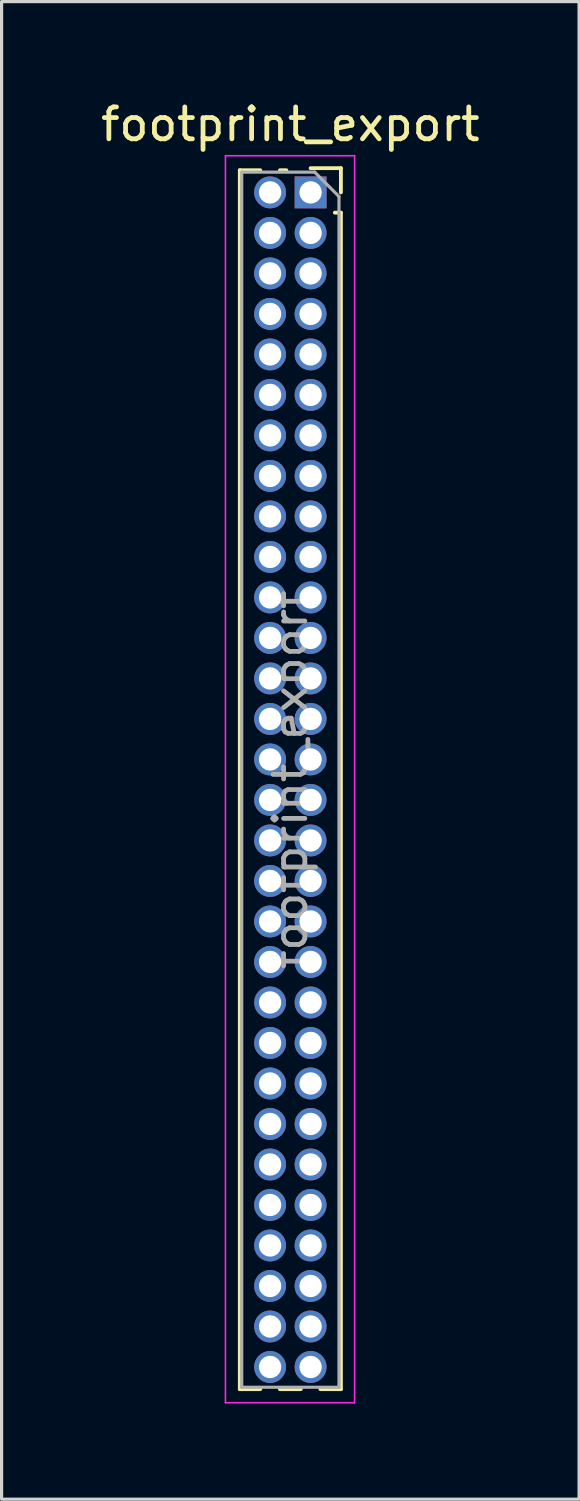
<source format=kicad_pcb>
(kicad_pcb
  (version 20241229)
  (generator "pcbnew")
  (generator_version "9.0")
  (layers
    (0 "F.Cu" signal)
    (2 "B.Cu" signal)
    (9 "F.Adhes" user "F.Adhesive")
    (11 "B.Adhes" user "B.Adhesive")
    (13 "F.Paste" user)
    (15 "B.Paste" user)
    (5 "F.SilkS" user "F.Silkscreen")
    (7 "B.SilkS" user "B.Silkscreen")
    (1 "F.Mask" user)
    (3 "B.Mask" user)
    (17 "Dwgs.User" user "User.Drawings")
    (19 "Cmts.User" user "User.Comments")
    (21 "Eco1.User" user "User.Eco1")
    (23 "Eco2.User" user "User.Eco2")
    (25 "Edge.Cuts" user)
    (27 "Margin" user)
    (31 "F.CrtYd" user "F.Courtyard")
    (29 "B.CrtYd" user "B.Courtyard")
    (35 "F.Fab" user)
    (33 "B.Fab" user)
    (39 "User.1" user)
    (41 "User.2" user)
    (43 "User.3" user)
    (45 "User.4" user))
  (footprint "footprint_export"
    (layer "F.Cu")
    (at 6.689 2.983)
    (property "Reference" "footprint_export" (at -0.635 -2.135 0) (layer "F.SilkS") (effects (font (size 1 1) (thickness 0.15))))
    (attr through_hole)
    (fp_line (start -2.22 -0.695) (end -2.22 37.525) (stroke (width 0.12) (type solid)) (layer "F.SilkS"))
    (fp_line (start -2.22 -0.695) (end -1.578 -0.695) (stroke (width 0.12) (type solid)) (layer "F.SilkS"))
    (fp_line (start -2.22 37.525) (end -1.578 37.525) (stroke (width 0.12) (type solid)) (layer "F.SilkS"))
    (fp_line (start -0.962 -0.695) (end -0.76 -0.695) (stroke (width 0.12) (type solid)) (layer "F.SilkS"))
    (fp_line (start -0.962 37.525) (end -0.308 37.525) (stroke (width 0.12) (type solid)) (layer "F.SilkS"))
    (fp_line (start 0 -0.76) (end 0.95 -0.76) (stroke (width 0.12) (type solid)) (layer "F.SilkS"))
    (fp_line (start 0.308 37.525) (end 0.95 37.525) (stroke (width 0.12) (type solid)) (layer "F.SilkS"))
    (fp_line (start 0.76 0.635) (end 0.95 0.635) (stroke (width 0.12) (type solid)) (layer "F.SilkS"))
    (fp_line (start 0.95 -0.76) (end 0.95 0) (stroke (width 0.12) (type solid)) (layer "F.SilkS"))
    (fp_line (start 0.95 0.635) (end 0.95 37.525) (stroke (width 0.12) (type solid)) (layer "F.SilkS"))
    (fp_line (start -2.67 -1.15) (end 1.38 -1.15) (stroke (width 0.05) (type solid)) (layer "F.CrtYd"))
    (fp_line (start -2.67 37.95) (end -2.67 -1.15) (stroke (width 0.05) (type solid)) (layer "F.CrtYd"))
    (fp_line (start 1.38 -1.15) (end 1.38 37.95) (stroke (width 0.05) (type solid)) (layer "F.CrtYd"))
    (fp_line (start 1.38 37.95) (end -2.67 37.95) (stroke (width 0.05) (type solid)) (layer "F.CrtYd"))
    (fp_line (start -2.16 -0.635) (end 0.128 -0.635) (stroke (width 0.1) (type solid)) (layer "F.Fab"))
    (fp_line (start -2.16 37.465) (end -2.16 -0.635) (stroke (width 0.1) (type solid)) (layer "F.Fab"))
    (fp_line (start 0.128 -0.635) (end 0.89 0.128) (stroke (width 0.1) (type solid)) (layer "F.Fab"))
    (fp_line (start 0.89 0.128) (end 0.89 37.465) (stroke (width 0.1) (type solid)) (layer "F.Fab"))
    (fp_line (start 0.89 37.465) (end -2.16 37.465) (stroke (width 0.1) (type solid)) (layer "F.Fab"))
    (fp_text user "${REFERENCE}" (at -0.635 18.415 90) (layer "F.Fab") (effects (font (size 1 1) (thickness 0.15))))
    (pad "1" thru_hole rect (at 0 0) (size 1 1) (drill 0.7) (layers "*.Cu" "*.Mask"))
    (pad "2" thru_hole oval (at -1.27 0) (size 1 1) (drill 0.7) (layers "*.Cu" "*.Mask"))
    (pad "3" thru_hole oval (at 0 1.27) (size 1 1) (drill 0.7) (layers "*.Cu" "*.Mask"))
    (pad "4" thru_hole oval (at -1.27 1.27) (size 1 1) (drill 0.7) (layers "*.Cu" "*.Mask"))
    (pad "5" thru_hole oval (at 0 2.54) (size 1 1) (drill 0.7) (layers "*.Cu" "*.Mask"))
    (pad "6" thru_hole oval (at -1.27 2.54) (size 1 1) (drill 0.7) (layers "*.Cu" "*.Mask"))
    (pad "7" thru_hole oval (at 0 3.81) (size 1 1) (drill 0.7) (layers "*.Cu" "*.Mask"))
    (pad "8" thru_hole oval (at -1.27 3.81) (size 1 1) (drill 0.7) (layers "*.Cu" "*.Mask"))
    (pad "9" thru_hole oval (at 0 5.08) (size 1 1) (drill 0.7) (layers "*.Cu" "*.Mask"))
    (pad "10" thru_hole oval (at -1.27 5.08) (size 1 1) (drill 0.7) (layers "*.Cu" "*.Mask"))
    (pad "11" thru_hole oval (at 0 6.35) (size 1 1) (drill 0.7) (layers "*.Cu" "*.Mask"))
    (pad "12" thru_hole oval (at -1.27 6.35) (size 1 1) (drill 0.7) (layers "*.Cu" "*.Mask"))
    (pad "13" thru_hole oval (at 0 7.62) (size 1 1) (drill 0.7) (layers "*.Cu" "*.Mask"))
    (pad "14" thru_hole oval (at -1.27 7.62) (size 1 1) (drill 0.7) (layers "*.Cu" "*.Mask"))
    (pad "15" thru_hole oval (at 0 8.89) (size 1 1) (drill 0.7) (layers "*.Cu" "*.Mask"))
    (pad "16" thru_hole oval (at -1.27 8.89) (size 1 1) (drill 0.7) (layers "*.Cu" "*.Mask"))
    (pad "17" thru_hole oval (at 0 10.16) (size 1 1) (drill 0.7) (layers "*.Cu" "*.Mask"))
    (pad "18" thru_hole oval (at -1.27 10.16) (size 1 1) (drill 0.7) (layers "*.Cu" "*.Mask"))
    (pad "19" thru_hole oval (at 0 11.43) (size 1 1) (drill 0.7) (layers "*.Cu" "*.Mask"))
    (pad "20" thru_hole oval (at -1.27 11.43) (size 1 1) (drill 0.7) (layers "*.Cu" "*.Mask"))
    (pad "21" thru_hole oval (at 0 12.7) (size 1 1) (drill 0.7) (layers "*.Cu" "*.Mask"))
    (pad "22" thru_hole oval (at -1.27 12.7) (size 1 1) (drill 0.7) (layers "*.Cu" "*.Mask"))
    (pad "23" thru_hole oval (at 0 13.97) (size 1 1) (drill 0.7) (layers "*.Cu" "*.Mask"))
    (pad "24" thru_hole oval (at -1.27 13.97) (size 1 1) (drill 0.7) (layers "*.Cu" "*.Mask"))
    (pad "25" thru_hole oval (at 0 15.24) (size 1 1) (drill 0.7) (layers "*.Cu" "*.Mask"))
    (pad "26" thru_hole oval (at -1.27 15.24) (size 1 1) (drill 0.7) (layers "*.Cu" "*.Mask"))
    (pad "27" thru_hole oval (at 0 16.51) (size 1 1) (drill 0.7) (layers "*.Cu" "*.Mask"))
    (pad "28" thru_hole oval (at -1.27 16.51) (size 1 1) (drill 0.7) (layers "*.Cu" "*.Mask"))
    (pad "29" thru_hole oval (at 0 17.78) (size 1 1) (drill 0.7) (layers "*.Cu" "*.Mask"))
    (pad "30" thru_hole oval (at -1.27 17.78) (size 1 1) (drill 0.7) (layers "*.Cu" "*.Mask"))
    (pad "31" thru_hole oval (at 0 19.05) (size 1 1) (drill 0.7) (layers "*.Cu" "*.Mask"))
    (pad "32" thru_hole oval (at -1.27 19.05) (size 1 1) (drill 0.7) (layers "*.Cu" "*.Mask"))
    (pad "33" thru_hole oval (at 0 20.32) (size 1 1) (drill 0.7) (layers "*.Cu" "*.Mask"))
    (pad "34" thru_hole oval (at -1.27 20.32) (size 1 1) (drill 0.7) (layers "*.Cu" "*.Mask"))
    (pad "35" thru_hole oval (at 0 21.59) (size 1 1) (drill 0.7) (layers "*.Cu" "*.Mask"))
    (pad "36" thru_hole oval (at -1.27 21.59) (size 1 1) (drill 0.7) (layers "*.Cu" "*.Mask"))
    (pad "37" thru_hole oval (at 0 22.86) (size 1 1) (drill 0.7) (layers "*.Cu" "*.Mask"))
    (pad "38" thru_hole oval (at -1.27 22.86) (size 1 1) (drill 0.7) (layers "*.Cu" "*.Mask"))
    (pad "39" thru_hole oval (at 0 24.13) (size 1 1) (drill 0.7) (layers "*.Cu" "*.Mask"))
    (pad "40" thru_hole oval (at -1.27 24.13) (size 1 1) (drill 0.7) (layers "*.Cu" "*.Mask"))
    (pad "41" thru_hole oval (at 0 25.4) (size 1 1) (drill 0.7) (layers "*.Cu" "*.Mask"))
    (pad "42" thru_hole oval (at -1.27 25.4) (size 1 1) (drill 0.7) (layers "*.Cu" "*.Mask"))
    (pad "43" thru_hole oval (at 0 26.67) (size 1 1) (drill 0.7) (layers "*.Cu" "*.Mask"))
    (pad "44" thru_hole oval (at -1.27 26.67) (size 1 1) (drill 0.7) (layers "*.Cu" "*.Mask"))
    (pad "45" thru_hole oval (at 0 27.94) (size 1 1) (drill 0.7) (layers "*.Cu" "*.Mask"))
    (pad "46" thru_hole oval (at -1.27 27.94) (size 1 1) (drill 0.7) (layers "*.Cu" "*.Mask"))
    (pad "47" thru_hole oval (at 0 29.21) (size 1 1) (drill 0.7) (layers "*.Cu" "*.Mask"))
    (pad "48" thru_hole oval (at -1.27 29.21) (size 1 1) (drill 0.7) (layers "*.Cu" "*.Mask"))
    (pad "49" thru_hole oval (at 0 30.48) (size 1 1) (drill 0.7) (layers "*.Cu" "*.Mask"))
    (pad "50" thru_hole oval (at -1.27 30.48) (size 1 1) (drill 0.7) (layers "*.Cu" "*.Mask"))
    (pad "51" thru_hole oval (at 0 31.75) (size 1 1) (drill 0.7) (layers "*.Cu" "*.Mask"))
    (pad "52" thru_hole oval (at -1.27 31.75) (size 1 1) (drill 0.7) (layers "*.Cu" "*.Mask"))
    (pad "53" thru_hole oval (at 0 33.02) (size 1 1) (drill 0.7) (layers "*.Cu" "*.Mask"))
    (pad "54" thru_hole oval (at -1.27 33.02) (size 1 1) (drill 0.7) (layers "*.Cu" "*.Mask"))
    (pad "55" thru_hole oval (at 0 34.29) (size 1 1) (drill 0.7) (layers "*.Cu" "*.Mask"))
    (pad "56" thru_hole oval (at -1.27 34.29) (size 1 1) (drill 0.7) (layers "*.Cu" "*.Mask"))
    (pad "57" thru_hole oval (at 0 35.56) (size 1 1) (drill 0.7) (layers "*.Cu" "*.Mask"))
    (pad "58" thru_hole oval (at -1.27 35.56) (size 1 1) (drill 0.7) (layers "*.Cu" "*.Mask"))
    (pad "59" thru_hole oval (at 0 36.83) (size 1 1) (drill 0.7) (layers "*.Cu" "*.Mask"))
    (pad "60" thru_hole oval (at -1.27 36.83) (size 1 1) (drill 0.7) (layers "*.Cu" "*.Mask")))
  (gr_rect
    (start -3 -3)
    (end 15.107 43.958)
    (stroke (width 0.1) (type default))
    (fill no)
    (layer "Edge.Cuts")))
</source>
